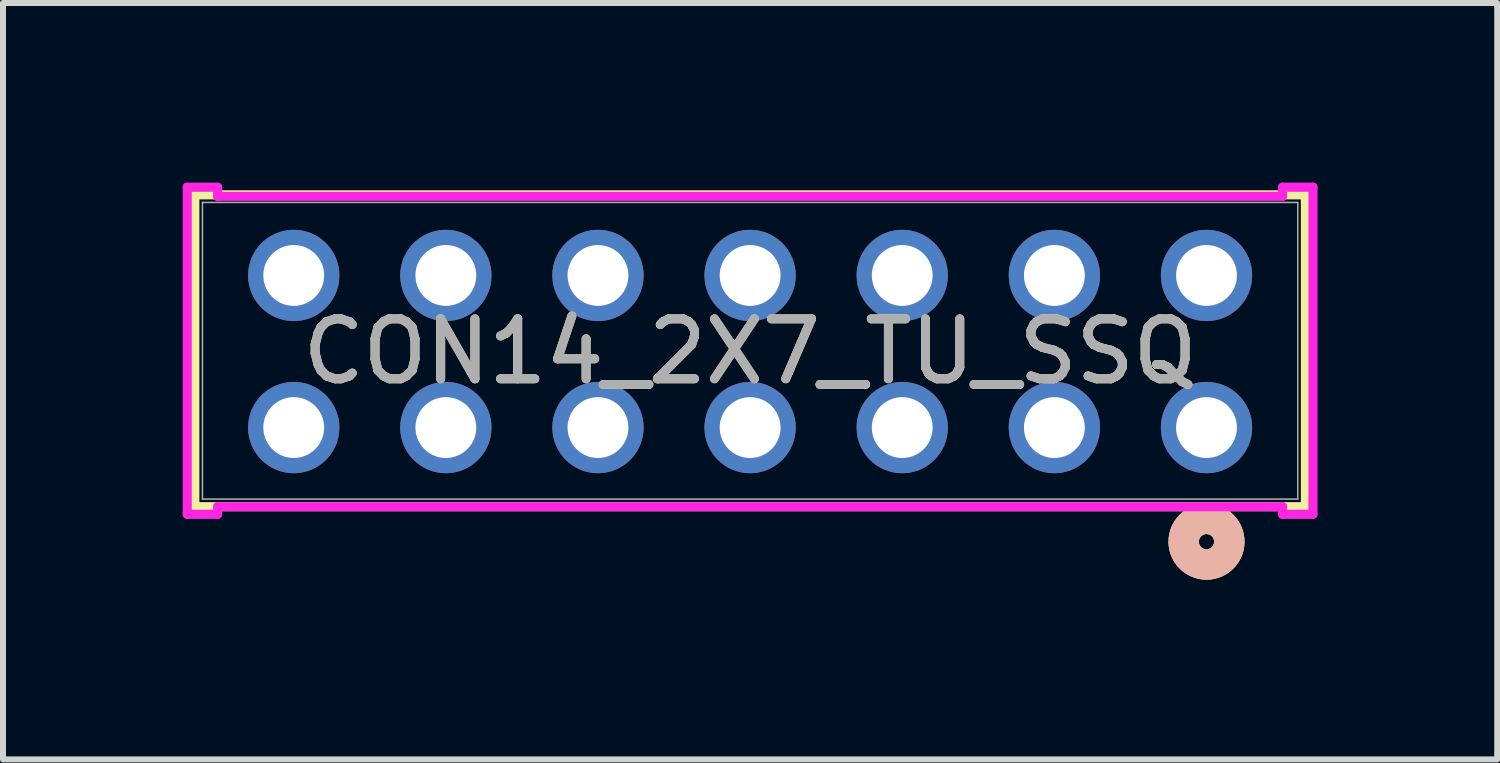
<source format=kicad_pcb>
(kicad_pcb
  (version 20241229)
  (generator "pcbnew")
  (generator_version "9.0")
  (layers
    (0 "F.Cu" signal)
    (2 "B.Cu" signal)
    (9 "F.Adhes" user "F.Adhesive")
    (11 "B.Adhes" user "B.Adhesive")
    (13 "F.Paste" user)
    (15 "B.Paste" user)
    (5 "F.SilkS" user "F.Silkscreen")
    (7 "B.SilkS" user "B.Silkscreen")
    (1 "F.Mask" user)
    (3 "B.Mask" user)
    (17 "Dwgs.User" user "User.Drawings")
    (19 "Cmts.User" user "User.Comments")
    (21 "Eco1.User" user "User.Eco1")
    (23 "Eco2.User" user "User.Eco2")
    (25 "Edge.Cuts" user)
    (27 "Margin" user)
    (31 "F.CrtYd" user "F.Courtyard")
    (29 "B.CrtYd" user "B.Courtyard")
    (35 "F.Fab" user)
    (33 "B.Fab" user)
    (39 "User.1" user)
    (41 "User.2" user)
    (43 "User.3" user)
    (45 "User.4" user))
  (footprint "CON14_2X7_TU_SSQ"
    (layer "F.Cu")
    (at 9.474 2.819)
    (property "Reference" "CON14_2X7_TU_SSQ" (at 0 0 0) (unlocked yes) (layer "F.SilkS") (effects (font (size 1 1) (thickness 0.15))))
    (attr through_hole)
    (fp_line (start -9.271 -2.616) (end -9.271 2.591) (stroke (width 0.152) (type solid)) (layer "F.SilkS"))
    (fp_line (start -9.271 2.591) (end 9.271 2.591) (stroke (width 0.152) (type solid)) (layer "F.SilkS"))
    (fp_line (start 9.271 -2.616) (end -9.271 -2.616) (stroke (width 0.152) (type solid)) (layer "F.SilkS"))
    (fp_line (start 9.271 2.591) (end 9.271 -2.616) (stroke (width 0.152) (type solid)) (layer "F.SilkS"))
    (fp_circle (center 7.62 3.175) (end 8.001 3.175) (stroke (width 0.508) (type solid)) (fill no) (layer "F.SilkS"))
    (fp_circle (center 7.62 3.175) (end 8.001 3.175) (stroke (width 0.508) (type solid)) (fill no) (layer "B.SilkS"))
    (fp_line (start -9.398 -2.743) (end -9.398 2.718) (stroke (width 0.152) (type solid)) (layer "F.CrtYd"))
    (fp_line (start -9.398 2.718) (end -8.89 2.718) (stroke (width 0.152) (type solid)) (layer "F.CrtYd"))
    (fp_line (start -8.89 -2.743) (end -9.398 -2.743) (stroke (width 0.152) (type solid)) (layer "F.CrtYd"))
    (fp_line (start -8.89 -2.591) (end -8.89 -2.743) (stroke (width 0.152) (type solid)) (layer "F.CrtYd"))
    (fp_line (start -8.89 2.591) (end 8.89 2.591) (stroke (width 0.152) (type solid)) (layer "F.CrtYd"))
    (fp_line (start -8.89 2.718) (end -8.89 2.591) (stroke (width 0.152) (type solid)) (layer "F.CrtYd"))
    (fp_line (start 8.89 -2.743) (end 8.89 -2.591) (stroke (width 0.152) (type solid)) (layer "F.CrtYd"))
    (fp_line (start 8.89 -2.591) (end -8.89 -2.591) (stroke (width 0.152) (type solid)) (layer "F.CrtYd"))
    (fp_line (start 8.89 2.591) (end 8.89 2.718) (stroke (width 0.152) (type solid)) (layer "F.CrtYd"))
    (fp_line (start 8.89 2.718) (end 9.398 2.718) (stroke (width 0.152) (type solid)) (layer "F.CrtYd"))
    (fp_line (start 9.398 -2.743) (end 8.89 -2.743) (stroke (width 0.152) (type solid)) (layer "F.CrtYd"))
    (fp_line (start 9.398 2.718) (end 9.398 -2.743) (stroke (width 0.152) (type solid)) (layer "F.CrtYd"))
    (fp_line (start -9.144 -2.489) (end -9.144 2.464) (stroke (width 0.025) (type solid)) (layer "F.Fab"))
    (fp_line (start -9.144 2.464) (end 9.144 2.464) (stroke (width 0.025) (type solid)) (layer "F.Fab"))
    (fp_line (start 9.144 -2.489) (end -9.144 -2.489) (stroke (width 0.025) (type solid)) (layer "F.Fab"))
    (fp_line (start 9.144 2.464) (end 9.144 -2.489) (stroke (width 0.025) (type solid)) (layer "F.Fab"))
    (fp_circle (center 7.62 1.27) (end 7.874 1.27) (stroke (width 0.025) (type solid)) (fill no) (layer "F.Fab"))
    (fp_text user "${REFERENCE}" (at 0 0 0) (unlocked yes) (layer "F.Fab") (effects (font (size 1 1) (thickness 0.15))))
    (pad "1" thru_hole circle (at 7.62 1.27 90) (size 1.524 1.524) (drill 1.016) (layers "*.Cu" "*.Mask"))
    (pad "2" thru_hole circle (at 7.62 -1.27 90) (size 1.524 1.524) (drill 1.016) (layers "*.Cu" "*.Mask"))
    (pad "3" thru_hole circle (at 5.08 1.27 90) (size 1.524 1.524) (drill 1.016) (layers "*.Cu" "*.Mask"))
    (pad "4" thru_hole circle (at 5.08 -1.27 90) (size 1.524 1.524) (drill 1.016) (layers "*.Cu" "*.Mask"))
    (pad "5" thru_hole circle (at 2.54 1.27 90) (size 1.524 1.524) (drill 1.016) (layers "*.Cu" "*.Mask"))
    (pad "6" thru_hole circle (at 2.54 -1.27 90) (size 1.524 1.524) (drill 1.016) (layers "*.Cu" "*.Mask"))
    (pad "7" thru_hole circle (at 0 1.27 90) (size 1.524 1.524) (drill 1.016) (layers "*.Cu" "*.Mask"))
    (pad "8" thru_hole circle (at 0 -1.27 90) (size 1.524 1.524) (drill 1.016) (layers "*.Cu" "*.Mask"))
    (pad "9" thru_hole circle (at -2.54 1.27 90) (size 1.524 1.524) (drill 1.016) (layers "*.Cu" "*.Mask"))
    (pad "10" thru_hole circle (at -2.54 -1.27 90) (size 1.524 1.524) (drill 1.016) (layers "*.Cu" "*.Mask"))
    (pad "11" thru_hole circle (at -5.08 1.27 90) (size 1.524 1.524) (drill 1.016) (layers "*.Cu" "*.Mask"))
    (pad "12" thru_hole circle (at -5.08 -1.27 90) (size 1.524 1.524) (drill 1.016) (layers "*.Cu" "*.Mask"))
    (pad "13" thru_hole circle (at -7.62 1.27 90) (size 1.524 1.524) (drill 1.016) (layers "*.Cu" "*.Mask"))
    (pad "14" thru_hole circle (at -7.62 -1.27 90) (size 1.524 1.524) (drill 1.016) (layers "*.Cu" "*.Mask")))
  (gr_rect
    (start -3 -3)
    (end 21.948 9.629)
    (stroke (width 0.1) (type default))
    (fill no)
    (layer "Edge.Cuts")))
</source>
